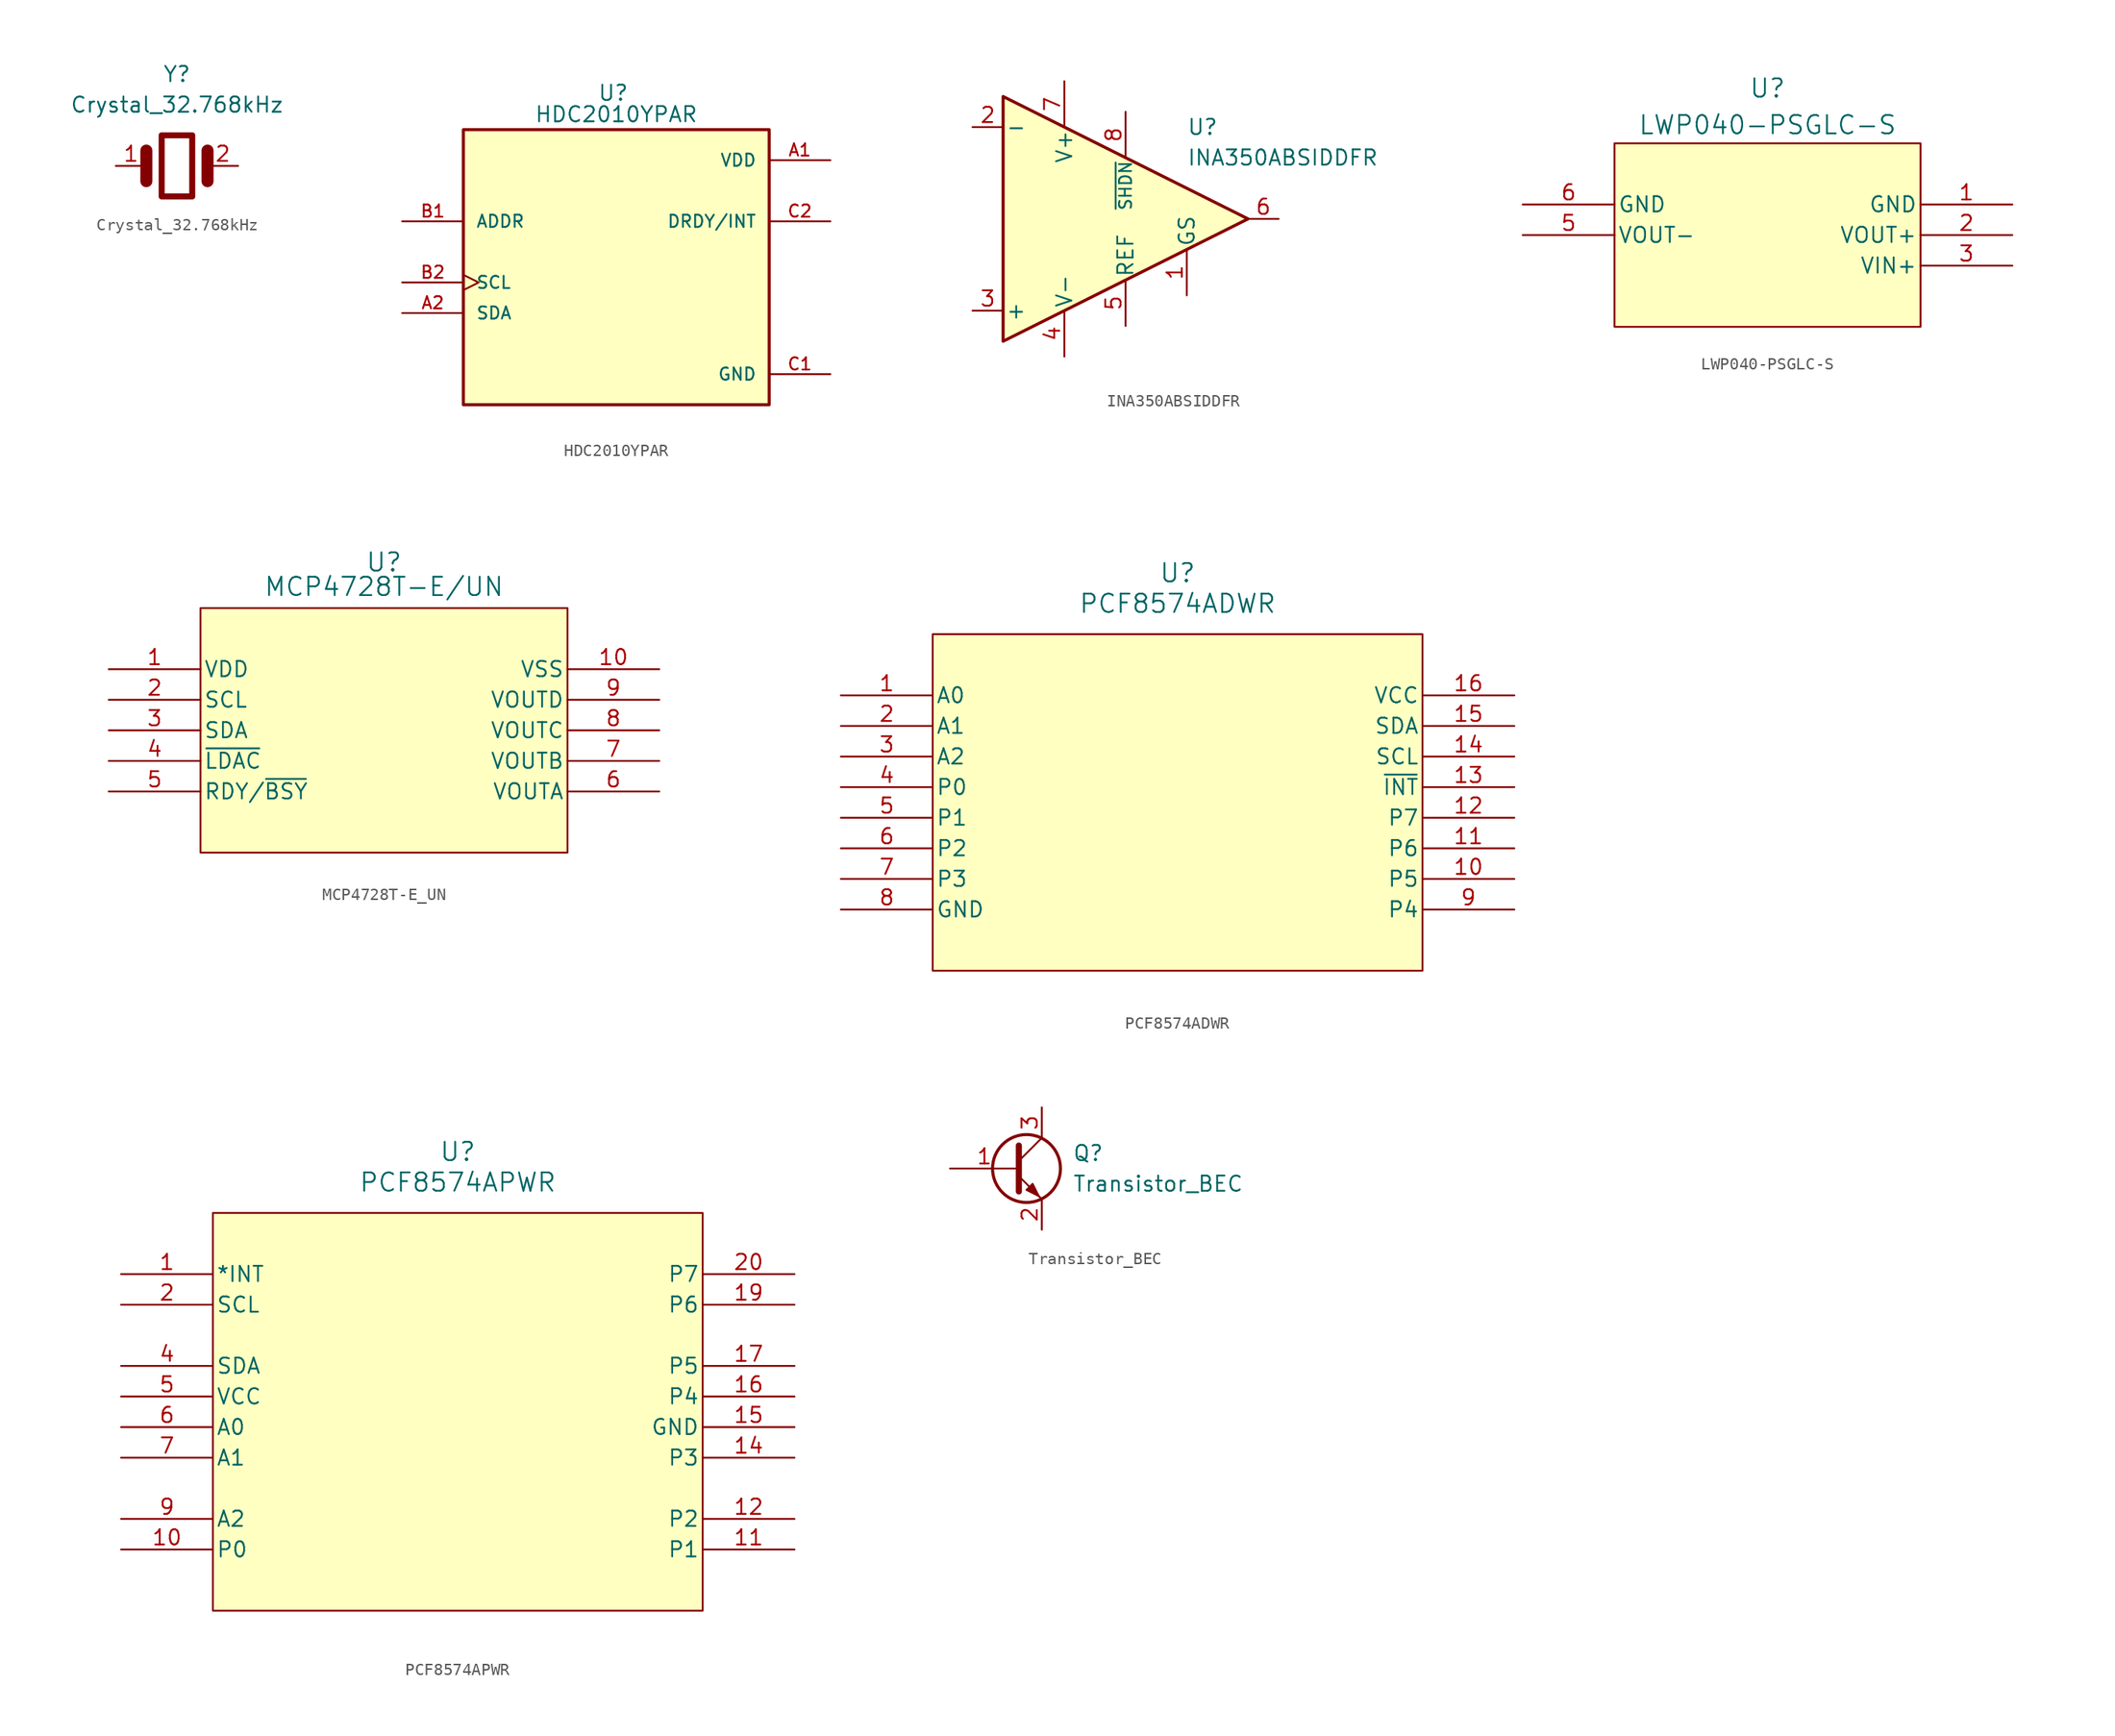
<source format=kicad_sym>
(kicad_symbol_lib
  (version 20231120)
  (generator "kicad_symbol_editor")
  (generator_version "8.0")
  (symbol "Crystal_32.768kHz"
    (property "Reference" "Y"
      (at 0 7.62 0)
      (effects (font (size 1.27 1.27))))
    (property "Value" "Crystal_32.768kHz"
      (at 0 5.08 0)
      (effects (font (size 1.27 1.27))))
    (symbol "Crystal_32.768kHz_0_1"
      (rectangle (start -1.27 2.54) (end 1.27 -2.54) (stroke (width 0.5) (type default)) (fill (type none)))
      (polyline (pts (xy -2.54 1.27) (xy -2.54 -1.27)) (stroke (width 1) (type default)) (fill (type none)))
      (polyline (pts (xy 2.54 1.27) (xy 2.54 -1.27)) (stroke (width 1) (type default)) (fill (type none))))
    (symbol "Crystal_32.768kHz_1_1"
      (pin passive line (at -5.08 0 0) (length 2.54) (name "" (effects (font (size 1.27 1.27)))) (number "1" (effects (font (size 1.27 1.27)))))
      (pin passive line (at 5.08 0 180) (length 2.54) (name "" (effects (font (size 1.27 1.27)))) (number "2" (effects (font (size 1.27 1.27)))))))
  (symbol "HDC2010YPAR"
    (pin_names
      (offset 1.016))
    (property "Reference" "U"
      (at -0.254 13.208 0)
      (effects (font (size 1.27 1.27))))
    (property "Value" "HDC2010YPAR"
      (at 0 11.43 0)
      (effects (font (size 1.27 1.27))))
    (symbol "HDC2010YPAR_0_0"
      (rectangle (start -12.7 10.16) (end 12.7 -12.7) (stroke (width 0.254) (type default)) (fill (type background)))
      (pin power_in line (at 17.78 7.62 180) (length 5.08) (name "VDD" (effects (font (size 1.016 1.016)))) (number "A1" (effects (font (size 1.016 1.016)))))
      (pin bidirectional line (at -17.78 -5.08 0) (length 5.08) (name "SDA" (effects (font (size 1.016 1.016)))) (number "A2" (effects (font (size 1.016 1.016)))))
      (pin input line (at -17.78 2.54 0) (length 5.08) (name "ADDR" (effects (font (size 1.016 1.016)))) (number "B1" (effects (font (size 1.016 1.016)))))
      (pin input clock (at -17.78 -2.54 0) (length 5.08) (name "SCL" (effects (font (size 1.016 1.016)))) (number "B2" (effects (font (size 1.016 1.016)))))
      (pin power_in line (at 17.78 -10.16 180) (length 5.08) (name "GND" (effects (font (size 1.016 1.016)))) (number "C1" (effects (font (size 1.016 1.016)))))
      (pin output line (at 17.78 2.54 180) (length 5.08) (name "DRDY/INT" (effects (font (size 1.016 1.016)))) (number "C2" (effects (font (size 1.016 1.016)))))))
  (symbol "INA350ABSIDDFR"
    (pin_names
      (offset 0.2))
    (property "Reference" "U"
      (at 6.35 7.62 0)
      (effects (font (size 1.27 1.27)) (justify left)))
    (property "Value" "INA350ABSIDDFR"
      (at 6.35 5.08 0)
      (effects (font (size 1.27 1.27)) (justify left)))
    (symbol "INA350ABSIDDFR_0_1"
      (polyline (pts (xy -8.89 10.16) (xy -8.89 -10.16) (xy 11.43 0) (xy -8.89 10.16)) (stroke (width 0.254) (type default)) (fill (type background))))
    (symbol "INA350ABSIDDFR_1_1"
      (pin input line (at 6.35 -6.35 90) (length 3.81) (name "GS" (effects (font (size 1.27 1.27)))) (number "1" (effects (font (size 1.27 1.27)))))
      (pin input line (at -11.43 7.62 0) (length 2.54) (name "-" (effects (font (size 1.27 1.27)))) (number "2" (effects (font (size 1.27 1.27)))))
      (pin input line (at -11.43 -7.62 0) (length 2.54) (name "+" (effects (font (size 1.27 1.27)))) (number "3" (effects (font (size 1.27 1.27)))))
      (pin power_in line (at -3.81 -11.43 90) (length 3.81) (name "V-" (effects (font (size 1.27 1.27)))) (number "4" (effects (font (size 1.27 1.27)))))
      (pin input line (at 1.27 -8.89 90) (length 3.81) (name "REF" (effects (font (size 1.27 1.27)))) (number "5" (effects (font (size 1.27 1.27)))))
      (pin output line (at 13.97 0 180) (length 2.54) (name "~" (effects (font (size 1.27 1.27)))) (number "6" (effects (font (size 1.27 1.27)))))
      (pin power_in line (at -3.81 11.43 270) (length 3.81) (name "V+" (effects (font (size 1.27 1.27)))) (number "7" (effects (font (size 1.27 1.27)))))
      (pin input line (at 1.27 8.89 270) (length 3.81) (name "~{SHDN}" (effects (font (size 1 1)))) (number "8" (effects (font (size 1.27 1.27)))))))
  (symbol "LWP040-PSGLC-S"
    (pin_names
      (offset 0.254))
    (property "Reference" "U"
      (at 20.32 9.652 0)
      (effects (font (size 1.524 1.524))))
    (property "Value" "LWP040-PSGLC-S"
      (at 20.32 6.604 0)
      (effects (font (size 1.524 1.524))))
    (symbol "LWP040-PSGLC-S_0_1"
      (rectangle (start 7.62 5.08) (end 33.02 -10.16) (stroke (width 0) (type default)) (fill (type background)))
      (pin power_in line (at 40.64 0 180) (length 7.62) (name "GND" (effects (font (size 1.27 1.27)))) (number "1" (effects (font (size 1.27 1.27)))))
      (pin output line (at 0 -2.54 0) (length 7.62) (name "VOUT-" (effects (font (size 1.27 1.27)))) (number "5" (effects (font (size 1.27 1.27)))))
      (pin power_in line (at 0 0 0) (length 7.62) (name "GND" (effects (font (size 1.27 1.27)))) (number "6" (effects (font (size 1.27 1.27))))))
    (symbol "LWP040-PSGLC-S_1_1"
      (pin output line (at 40.64 -2.54 180) (length 7.62) (name "VOUT+" (effects (font (size 1.27 1.27)))) (number "2" (effects (font (size 1.27 1.27)))))
      (pin power_in line (at 40.64 -5.08 180) (length 7.62) (name "VIN+" (effects (font (size 1.27 1.27)))) (number "3" (effects (font (size 1.27 1.27)))))
      (pin no_connect line (at 0 -5.08 0) (length 7.62) hide (name "NC" (effects (font (size 1.27 1.27)))) (number "4" (effects (font (size 1.27 1.27)))))))
  (symbol "MCP4728T-E_UN"
    (pin_names
      (offset 0.254))
    (property "Reference" "U"
      (at 34.29 8.89 0)
      (effects (font (size 1.524 1.524))))
    (property "Value" "MCP4728T-E/UN"
      (at 34.29 6.858 0)
      (effects (font (size 1.524 1.524))))
    (symbol "MCP4728T-E_UN_0_1"
      (rectangle (start 19.05 5.08) (end 49.53 -15.24) (stroke (width 0) (type default)) (fill (type background)))
      (pin power_in line (at 11.43 0 0) (length 7.62) (name "VDD" (effects (font (size 1.27 1.27)))) (number "1" (effects (font (size 1.27 1.27)))))
      (pin power_in line (at 57.15 0 180) (length 7.62) (name "VSS" (effects (font (size 1.27 1.27)))) (number "10" (effects (font (size 1.27 1.27)))))
      (pin input line (at 11.43 -2.54 0) (length 7.62) (name "SCL" (effects (font (size 1.27 1.27)))) (number "2" (effects (font (size 1.27 1.27)))))
      (pin bidirectional line (at 11.43 -5.08 0) (length 7.62) (name "SDA" (effects (font (size 1.27 1.27)))) (number "3" (effects (font (size 1.27 1.27)))))
      (pin output line (at 57.15 -10.16 180) (length 7.62) (name "VOUTA" (effects (font (size 1.27 1.27)))) (number "6" (effects (font (size 1.27 1.27)))))
      (pin output line (at 57.15 -7.62 180) (length 7.62) (name "VOUTB" (effects (font (size 1.27 1.27)))) (number "7" (effects (font (size 1.27 1.27)))))
      (pin output line (at 57.15 -5.08 180) (length 7.62) (name "VOUTC" (effects (font (size 1.27 1.27)))) (number "8" (effects (font (size 1.27 1.27)))))
      (pin output line (at 57.15 -2.54 180) (length 7.62) (name "VOUTD" (effects (font (size 1.27 1.27)))) (number "9" (effects (font (size 1.27 1.27))))))
    (symbol "MCP4728T-E_UN_1_1"
      (pin input line (at 11.43 -7.62 0) (length 7.62) (name "~{LDAC}" (effects (font (size 1.27 1.27)))) (number "4" (effects (font (size 1.27 1.27)))))
      (pin output line (at 11.43 -10.16 0) (length 7.62) (name "RDY/~{BSY}" (effects (font (size 1.27 1.27)))) (number "5" (effects (font (size 1.27 1.27)))))))
  (symbol "PCF8574ADWR"
    (pin_names
      (offset 0.254))
    (property "Reference" "U"
      (at 27.94 10.16 0)
      (effects (font (size 1.524 1.524))))
    (property "Value" "PCF8574ADWR"
      (at 27.94 7.62 0)
      (effects (font (size 1.524 1.524))))
    (symbol "PCF8574ADWR_0_1"
      (rectangle (start 7.62 5.08) (end 48.26 -22.86) (stroke (width 0) (type default)) (fill (type background)))
      (pin input line (at 0 0 0) (length 7.62) (name "A0" (effects (font (size 1.27 1.27)))) (number "1" (effects (font (size 1.27 1.27)))))
      (pin bidirectional line (at 55.88 -15.24 180) (length 7.62) (name "P5" (effects (font (size 1.27 1.27)))) (number "10" (effects (font (size 1.27 1.27)))))
      (pin bidirectional line (at 55.88 -12.7 180) (length 7.62) (name "P6" (effects (font (size 1.27 1.27)))) (number "11" (effects (font (size 1.27 1.27)))))
      (pin bidirectional line (at 55.88 -10.16 180) (length 7.62) (name "P7" (effects (font (size 1.27 1.27)))) (number "12" (effects (font (size 1.27 1.27)))))
      (pin input line (at 0 -2.54 0) (length 7.62) (name "A1" (effects (font (size 1.27 1.27)))) (number "2" (effects (font (size 1.27 1.27)))))
      (pin input line (at 0 -5.08 0) (length 7.62) (name "A2" (effects (font (size 1.27 1.27)))) (number "3" (effects (font (size 1.27 1.27)))))
      (pin bidirectional line (at 0 -7.62 0) (length 7.62) (name "P0" (effects (font (size 1.27 1.27)))) (number "4" (effects (font (size 1.27 1.27)))))
      (pin bidirectional line (at 0 -10.16 0) (length 7.62) (name "P1" (effects (font (size 1.27 1.27)))) (number "5" (effects (font (size 1.27 1.27)))))
      (pin bidirectional line (at 0 -12.7 0) (length 7.62) (name "P2" (effects (font (size 1.27 1.27)))) (number "6" (effects (font (size 1.27 1.27)))))
      (pin bidirectional line (at 0 -15.24 0) (length 7.62) (name "P3" (effects (font (size 1.27 1.27)))) (number "7" (effects (font (size 1.27 1.27)))))
      (pin bidirectional line (at 55.88 -17.78 180) (length 7.62) (name "P4" (effects (font (size 1.27 1.27)))) (number "9" (effects (font (size 1.27 1.27))))))
    (symbol "PCF8574ADWR_1_1"
      (pin output line (at 55.88 -7.62 180) (length 7.62) (name "~{INT}" (effects (font (size 1.27 1.27)))) (number "13" (effects (font (size 1.27 1.27)))))
      (pin input line (at 55.88 -5.08 180) (length 7.62) (name "SCL" (effects (font (size 1.27 1.27)))) (number "14" (effects (font (size 1.27 1.27)))))
      (pin bidirectional line (at 55.88 -2.54 180) (length 7.62) (name "SDA" (effects (font (size 1.27 1.27)))) (number "15" (effects (font (size 1.27 1.27)))))
      (pin power_in line (at 55.88 0 180) (length 7.62) (name "VCC" (effects (font (size 1.27 1.27)))) (number "16" (effects (font (size 1.27 1.27)))))
      (pin power_in line (at 0 -17.78 0) (length 7.62) (name "GND" (effects (font (size 1.27 1.27)))) (number "8" (effects (font (size 1.27 1.27)))))))
  (symbol "PCF8574APWR"
    (pin_names
      (offset 0.254))
    (property "Reference" "U"
      (at 27.94 10.16 0)
      (effects (font (size 1.524 1.524))))
    (property "Value" "PCF8574APWR"
      (at 27.94 7.62 0)
      (effects (font (size 1.524 1.524))))
    (symbol "PCF8574APWR_0_1"
      (rectangle (start 7.62 5.08) (end 48.26 -27.94) (stroke (width 0) (type default)) (fill (type background)))
      (pin output line (at 0 0 0) (length 7.62) (name "*INT" (effects (font (size 1.27 1.27)))) (number "1" (effects (font (size 1.27 1.27)))))
      (pin bidirectional line (at 0 -22.86 0) (length 7.62) (name "P0" (effects (font (size 1.27 1.27)))) (number "10" (effects (font (size 1.27 1.27)))))
      (pin bidirectional line (at 55.88 -22.86 180) (length 7.62) (name "P1" (effects (font (size 1.27 1.27)))) (number "11" (effects (font (size 1.27 1.27)))))
      (pin bidirectional line (at 55.88 -20.32 180) (length 7.62) (name "P2" (effects (font (size 1.27 1.27)))) (number "12" (effects (font (size 1.27 1.27)))))
      (pin bidirectional line (at 55.88 -15.24 180) (length 7.62) (name "P3" (effects (font (size 1.27 1.27)))) (number "14" (effects (font (size 1.27 1.27)))))
      (pin power_in line (at 55.88 -12.7 180) (length 7.62) (name "GND" (effects (font (size 1.27 1.27)))) (number "15" (effects (font (size 1.27 1.27)))))
      (pin bidirectional line (at 55.88 -10.16 180) (length 7.62) (name "P4" (effects (font (size 1.27 1.27)))) (number "16" (effects (font (size 1.27 1.27)))))
      (pin bidirectional line (at 55.88 -7.62 180) (length 7.62) (name "P5" (effects (font (size 1.27 1.27)))) (number "17" (effects (font (size 1.27 1.27)))))
      (pin bidirectional line (at 55.88 -2.54 180) (length 7.62) (name "P6" (effects (font (size 1.27 1.27)))) (number "19" (effects (font (size 1.27 1.27)))))
      (pin input line (at 0 -2.54 0) (length 7.62) (name "SCL" (effects (font (size 1.27 1.27)))) (number "2" (effects (font (size 1.27 1.27)))))
      (pin bidirectional line (at 55.88 0 180) (length 7.62) (name "P7" (effects (font (size 1.27 1.27)))) (number "20" (effects (font (size 1.27 1.27)))))
      (pin bidirectional line (at 0 -7.62 0) (length 7.62) (name "SDA" (effects (font (size 1.27 1.27)))) (number "4" (effects (font (size 1.27 1.27)))))
      (pin power_in line (at 0 -10.16 0) (length 7.62) (name "VCC" (effects (font (size 1.27 1.27)))) (number "5" (effects (font (size 1.27 1.27)))))
      (pin input line (at 0 -12.7 0) (length 7.62) (name "A0" (effects (font (size 1.27 1.27)))) (number "6" (effects (font (size 1.27 1.27)))))
      (pin input line (at 0 -15.24 0) (length 7.62) (name "A1" (effects (font (size 1.27 1.27)))) (number "7" (effects (font (size 1.27 1.27)))))
      (pin input line (at 0 -20.32 0) (length 7.62) (name "A2" (effects (font (size 1.27 1.27)))) (number "9" (effects (font (size 1.27 1.27))))))
    (symbol "PCF8574APWR_1_1"
      (pin no_connect line (at 55.88 -17.78 180) (length 7.62) hide (name "NC" (effects (font (size 1.27 1.27)))) (number "13" (effects (font (size 1.27 1.27)))))
      (pin no_connect line (at 55.88 -5.08 180) (length 7.62) hide (name "NC" (effects (font (size 1.27 1.27)))) (number "18" (effects (font (size 1.27 1.27)))))
      (pin no_connect line (at 0 -5.08 0) (length 7.62) hide (name "NC" (effects (font (size 1.27 1.27)))) (number "3" (effects (font (size 1.27 1.27)))))
      (pin no_connect line (at 0 -17.78 0) (length 7.62) hide (name "NC" (effects (font (size 1.27 1.27)))) (number "8" (effects (font (size 1.27 1.27)))))))
  (symbol "Transistor_BEC"
    (pin_names
      (offset 0) hide)
    (property "Reference" "Q"
      (at 5.08 1.27 0)
      (effects (font (size 1.27 1.27)) (justify left)))
    (property "Value" "Transistor_BEC"
      (at 5.08 -1.27 0)
      (effects (font (size 1.27 1.27)) (justify left)))
    (symbol "Transistor_BEC_0_1"
      (polyline (pts (xy 0.635 0.635) (xy 2.54 2.54)) (stroke (width 0) (type default)) (fill (type none)))
      (polyline (pts (xy 0.635 -0.635) (xy 2.54 -2.54) (xy 2.54 -2.54)) (stroke (width 0) (type default)) (fill (type none)))
      (polyline (pts (xy 0.635 1.905) (xy 0.635 -1.905) (xy 0.635 -1.905)) (stroke (width 0.508) (type default)) (fill (type none)))
      (polyline (pts (xy 1.27 -1.778) (xy 1.778 -1.27) (xy 2.286 -2.286) (xy 1.27 -1.778) (xy 1.27 -1.778)) (stroke (width 0) (type default)) (fill (type outline)))
      (circle (center 1.27 0) (radius 2.819) (stroke (width 0.254) (type default)) (fill (type none))))
    (symbol "Transistor_BEC_1_1"
      (pin input line (at -5.08 0 0) (length 5.715) (name "B" (effects (font (size 1.27 1.27)))) (number "1" (effects (font (size 1.27 1.27)))))
      (pin passive line (at 2.54 -5.08 90) (length 2.54) (name "E" (effects (font (size 1.27 1.27)))) (number "2" (effects (font (size 1.27 1.27)))))
      (pin passive line (at 2.54 5.08 270) (length 2.54) (name "C" (effects (font (size 1.27 1.27)))) (number "3" (effects (font (size 1.27 1.27))))))))
</source>
